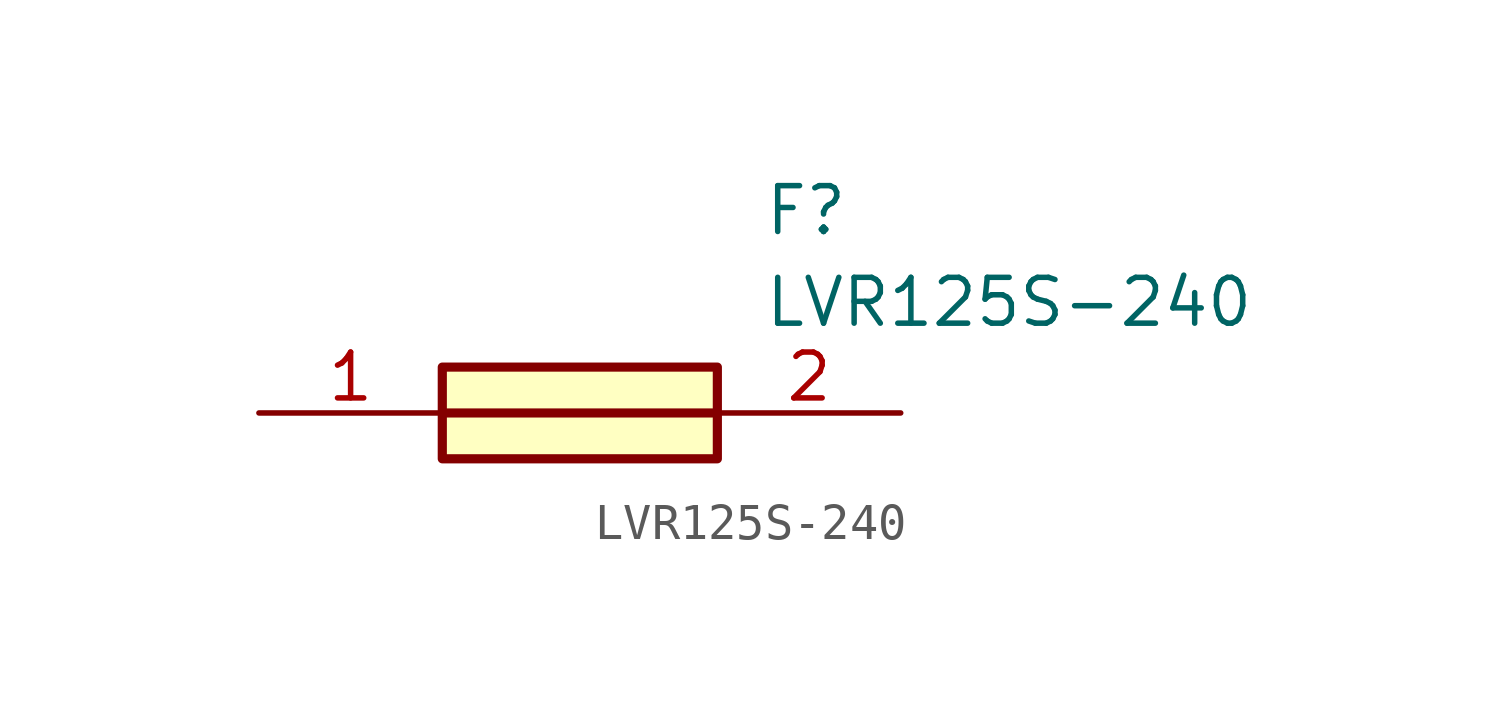
<source format=kicad_sym>
(kicad_symbol_lib
  (version 20211014)
  (generator SamacSys_ECAD_Model)
  (symbol "LVR125S-240"
    (pin_names hide)
    (property "Reference" "F"
      (at 13.97 6.35 0)
      (effects (font (size 1.27 1.27)) (justify left top)))
    (property "Value" "LVR125S-240"
      (at 13.97 3.81 0)
      (effects (font (size 1.27 1.27)) (justify left top)))
    (rectangle
      (start 5.08 1.27)
      (end 12.7 -1.27)
      (stroke (width 0.254) (type default))
      (fill (type background)))
    (polyline
      (pts (xy 5.08 0) (xy 12.7 0))
      (stroke (width 0.254) (type default))
      (fill (type none)))
    (pin passive line
      (at 0 0 0)
      (length 5.08)
      (name "1" (effects (font (size 1.27 1.27))))
      (number "1" (effects (font (size 1.27 1.27)))))
    (pin passive line
      (at 17.78 0 180)
      (length 5.08)
      (name "2" (effects (font (size 1.27 1.27))))
      (number "2" (effects (font (size 1.27 1.27)))))))
</source>
